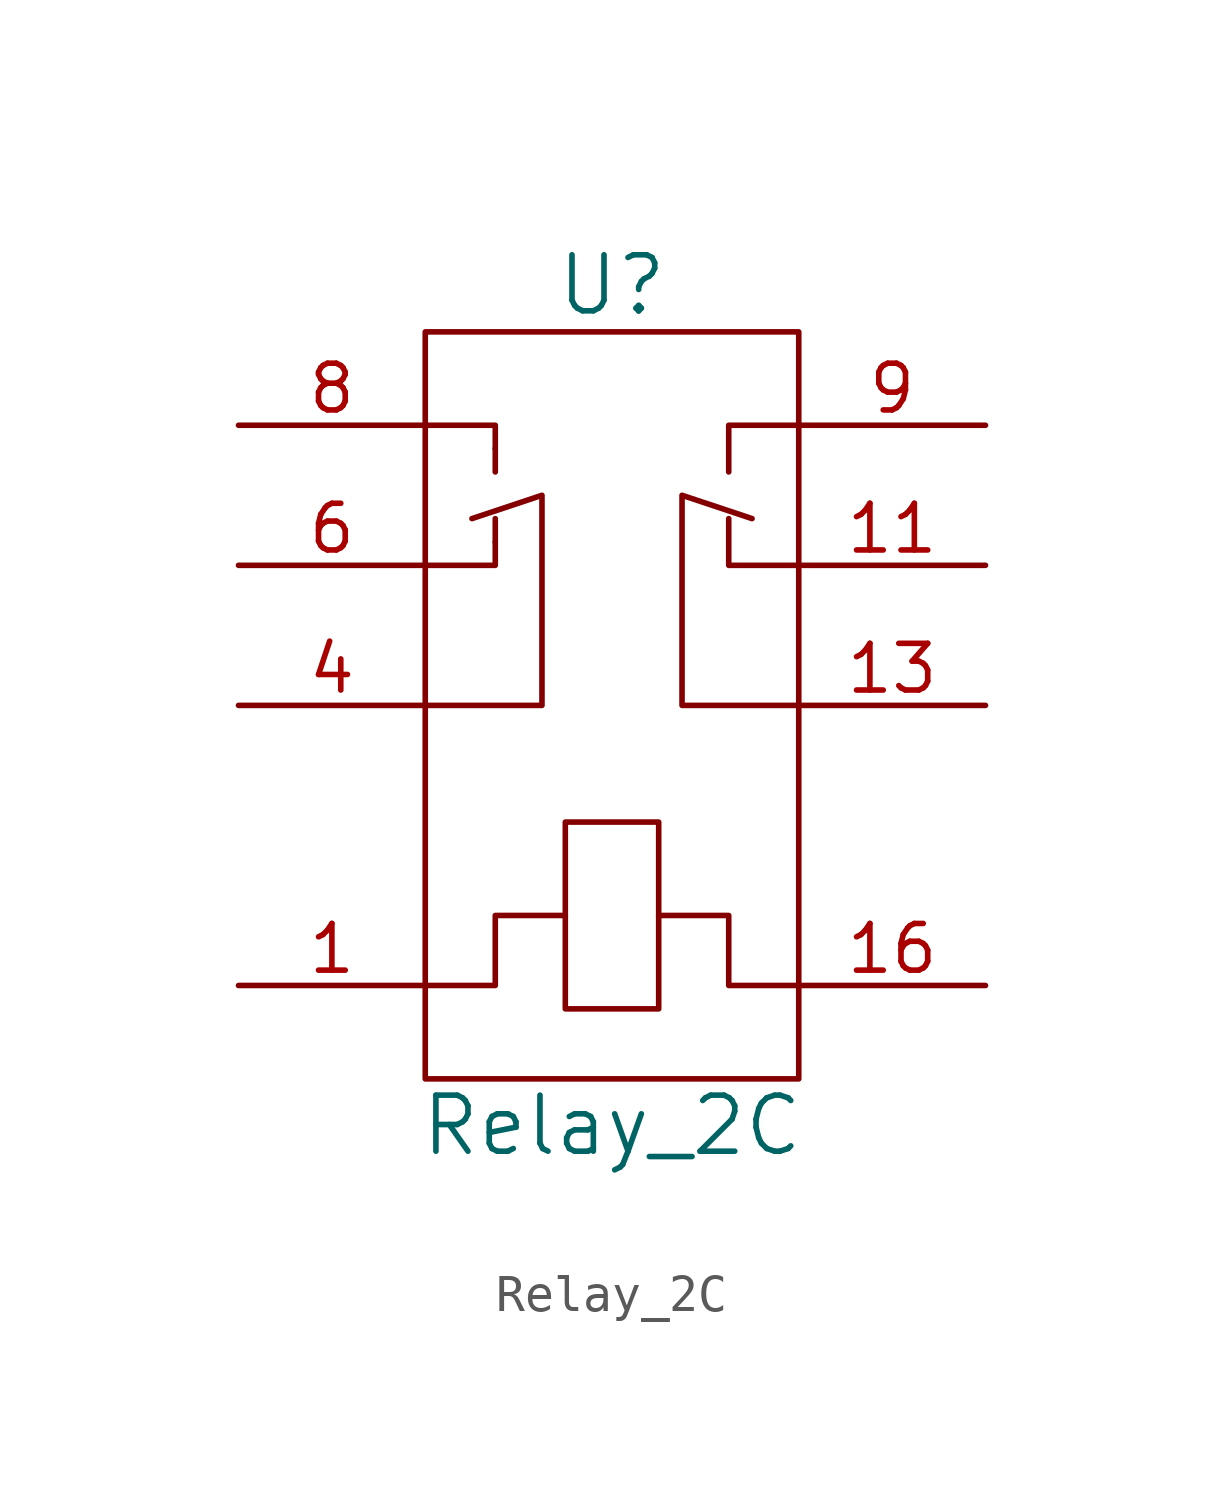
<source format=kicad_sym>
(kicad_symbol_lib
  (version 20211014)
  (generator kicad_symbol_editor)
  (symbol "Relay_2C"
    (pin_names
      (offset 1.016))
    (property "Reference" "U"
      (at 0 1.27 0)
      (effects (font (size 1.524 1.524))))
    (property "Value" "Relay_2C"
      (at 0 -21.59 0)
      (effects (font (size 1.524 1.524))))
    (symbol "Relay_2C_0_1"
      (rectangle (start -5.08 0) (end 5.08 -20.32) (stroke (width 0) (type default) (color 0 0 0 0)) (fill (type none)))
      (rectangle (start -1.27 -13.335) (end 1.27 -18.415) (stroke (width 0) (type default) (color 0 0 0 0)) (fill (type none)))
      (polyline (pts (xy -3.175 -5.715) (xy -3.175 -5.08)) (stroke (width 0) (type default) (color 0 0 0 0)) (fill (type none)))
      (polyline (pts (xy -3.175 -3.175) (xy -3.175 -3.81)) (stroke (width 0) (type default) (color 0 0 0 0)) (fill (type none)))
      (polyline (pts (xy -5.08 -6.35) (xy -3.175 -6.35) (xy -3.175 -5.715)) (stroke (width 0) (type default) (color 0 0 0 0)) (fill (type none)))
      (polyline (pts (xy -5.08 -2.54) (xy -3.175 -2.54) (xy -3.175 -3.175)) (stroke (width 0) (type default) (color 0 0 0 0)) (fill (type none)))
      (polyline (pts (xy 5.08 -6.35) (xy 3.175 -6.35) (xy 3.175 -5.08)) (stroke (width 0) (type default) (color 0 0 0 0)) (fill (type none)))
      (polyline (pts (xy 5.08 -2.54) (xy 3.175 -2.54) (xy 3.175 -3.81)) (stroke (width 0) (type default) (color 0 0 0 0)) (fill (type none)))
      (polyline (pts (xy 1.27 -15.875) (xy 3.175 -15.875) (xy 3.175 -17.78) (xy 5.08 -17.78)) (stroke (width 0) (type default) (color 0 0 0 0)) (fill (type none)))
      (polyline (pts (xy 5.08 -10.16) (xy 1.905 -10.16) (xy 1.905 -4.445) (xy 3.81 -5.08)) (stroke (width 0) (type default) (color 0 0 0 0)) (fill (type none)))
      (polyline (pts (xy -5.08 -10.16) (xy -1.905 -10.16) (xy -1.905 -5.08) (xy -1.905 -4.445) (xy -3.81 -5.08)) (stroke (width 0) (type default) (color 0 0 0 0)) (fill (type none)))
      (polyline (pts (xy -1.27 -15.875) (xy -1.905 -15.875) (xy -3.175 -15.875) (xy -3.175 -16.51) (xy -3.175 -17.78) (xy -5.08 -17.78)) (stroke (width 0) (type default) (color 0 0 0 0)) (fill (type none))))
    (symbol "Relay_2C_1_1"
      (pin passive line (at -10.16 -17.78 0) (length 5.08) (name "~" (effects (font (size 1.27 1.27)))) (number "1" (effects (font (size 1.27 1.27)))))
      (pin passive line (at 10.16 -6.35 180) (length 5.08) (name "~" (effects (font (size 1.27 1.27)))) (number "11" (effects (font (size 1.27 1.27)))))
      (pin passive line (at 10.16 -10.16 180) (length 5.08) (name "~" (effects (font (size 1.27 1.27)))) (number "13" (effects (font (size 1.27 1.27)))))
      (pin passive line (at 10.16 -17.78 180) (length 5.08) (name "~" (effects (font (size 1.27 1.27)))) (number "16" (effects (font (size 1.27 1.27)))))
      (pin passive line (at -10.16 -10.16 0) (length 5.08) (name "~" (effects (font (size 1.27 1.27)))) (number "4" (effects (font (size 1.27 1.27)))))
      (pin passive line (at -10.16 -6.35 0) (length 5.08) (name "~" (effects (font (size 1.27 1.27)))) (number "6" (effects (font (size 1.27 1.27)))))
      (pin passive line (at -10.16 -2.54 0) (length 5.08) (name "~" (effects (font (size 1.27 1.27)))) (number "8" (effects (font (size 1.27 1.27)))))
      (pin passive line (at 10.16 -2.54 180) (length 5.08) (name "~" (effects (font (size 1.27 1.27)))) (number "9" (effects (font (size 1.27 1.27))))))))
</source>
